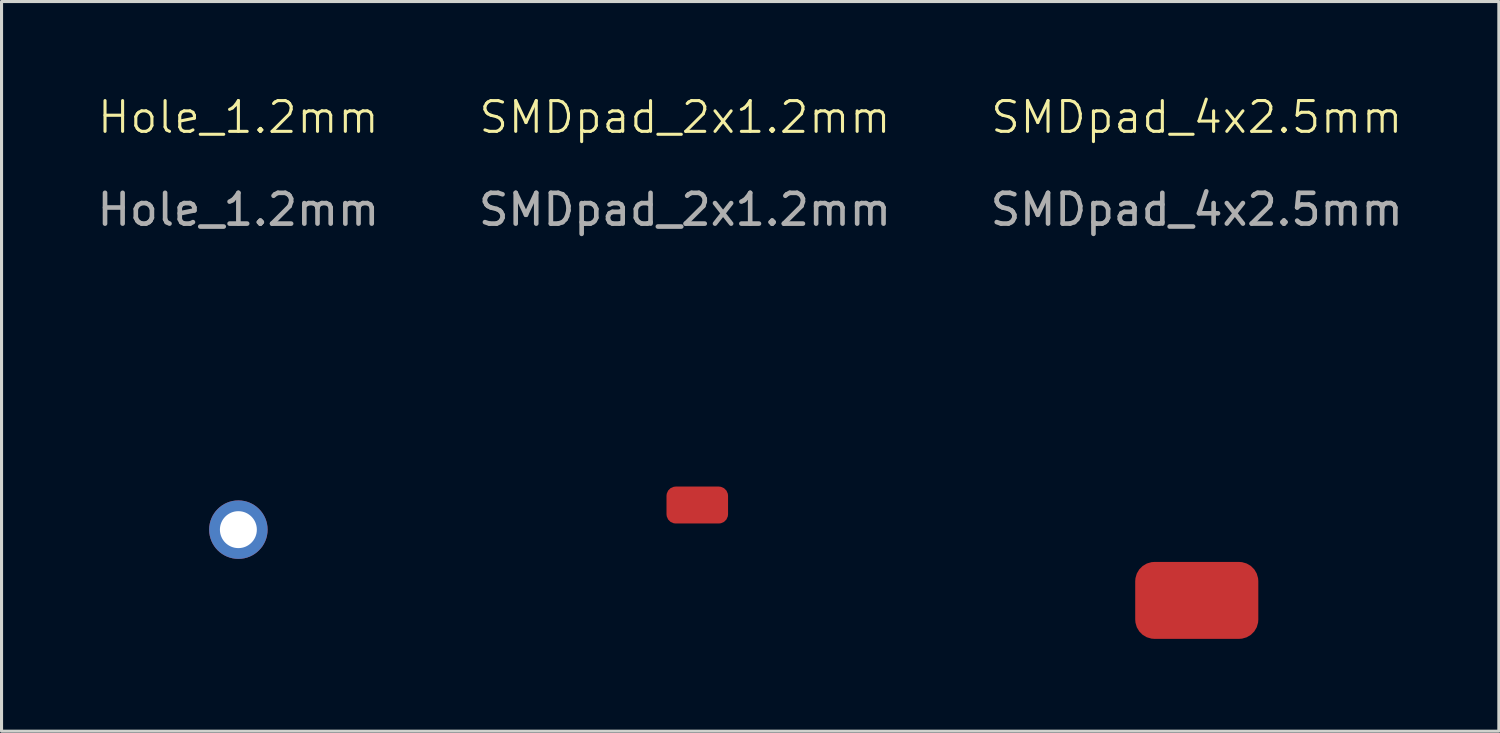
<source format=kicad_pcb>
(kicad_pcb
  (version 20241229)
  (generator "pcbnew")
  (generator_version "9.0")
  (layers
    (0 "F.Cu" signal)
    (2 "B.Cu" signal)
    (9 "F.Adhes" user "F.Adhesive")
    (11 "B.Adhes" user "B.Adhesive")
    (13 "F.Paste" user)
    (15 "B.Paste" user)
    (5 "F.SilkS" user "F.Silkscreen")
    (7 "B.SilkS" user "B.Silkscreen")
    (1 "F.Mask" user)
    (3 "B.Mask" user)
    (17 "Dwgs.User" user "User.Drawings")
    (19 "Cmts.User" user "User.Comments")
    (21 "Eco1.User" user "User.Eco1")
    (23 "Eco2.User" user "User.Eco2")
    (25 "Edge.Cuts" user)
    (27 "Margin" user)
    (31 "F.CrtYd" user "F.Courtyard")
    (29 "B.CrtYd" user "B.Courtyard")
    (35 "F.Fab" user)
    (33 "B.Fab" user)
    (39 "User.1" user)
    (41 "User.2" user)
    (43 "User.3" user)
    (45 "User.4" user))
  (footprint "Hole_1.2mm"
    (layer "F.Cu")
    (at 4.696 14.161)
    (property "Reference" "Hole_1.2mm" (at 0 -13.4 0) (unlocked yes) (layer "F.SilkS") (effects (font (size 1 1) (thickness 0.1))))
    (attr smd)
    (fp_text user "${REFERENCE}" (at 0 -10.4 0) (unlocked yes) (layer "F.Fab") (effects (font (size 1 1) (thickness 0.15))))
    (pad "1" thru_hole circle (at 0 0) (size 1.9 1.9) (drill 1.2) (layers "*.Cu" "*.Mask")))
  (footprint "SMDpad_4x2.5mm"
    (layer "F.Cu")
    (at 35.839 16.46)
    (property "Reference" "SMDpad_4x2.5mm" (at 0 -15.7 0) (unlocked yes) (layer "F.SilkS") (effects (font (size 1 1) (thickness 0.1))))
    (attr smd)
    (fp_text user "${REFERENCE}" (at 0 -12.7 0) (unlocked yes) (layer "F.Fab") (effects (font (size 1 1) (thickness 0.15))))
    (pad "1" smd roundrect (at 0 0) (size 4 2.5) (layers "F.Cu" "F.Mask" "F.Paste") (roundrect_rratio 0.25)))
  (footprint "SMDpad_2x1.2mm"
    (layer "F.Cu")
    (at 19.608 13.361)
    (property "Reference" "SMDpad_2x1.2mm" (at -0.4 -12.6 0) (unlocked yes) (layer "F.SilkS") (effects (font (size 1 1) (thickness 0.1))))
    (attr smd)
    (fp_text user "${REFERENCE}" (at -0.4 -9.6 0) (unlocked yes) (layer "F.Fab") (effects (font (size 1 1) (thickness 0.15))))
    (pad "1" smd roundrect (at 0 0) (size 2 1.2) (layers "F.Cu" "F.Mask" "F.Paste") (roundrect_rratio 0.25)))
  (gr_rect
    (start -3 -3)
    (end 45.655 20.71)
    (stroke (width 0.1) (type default))
    (fill no)
    (layer "Edge.Cuts")))
</source>
